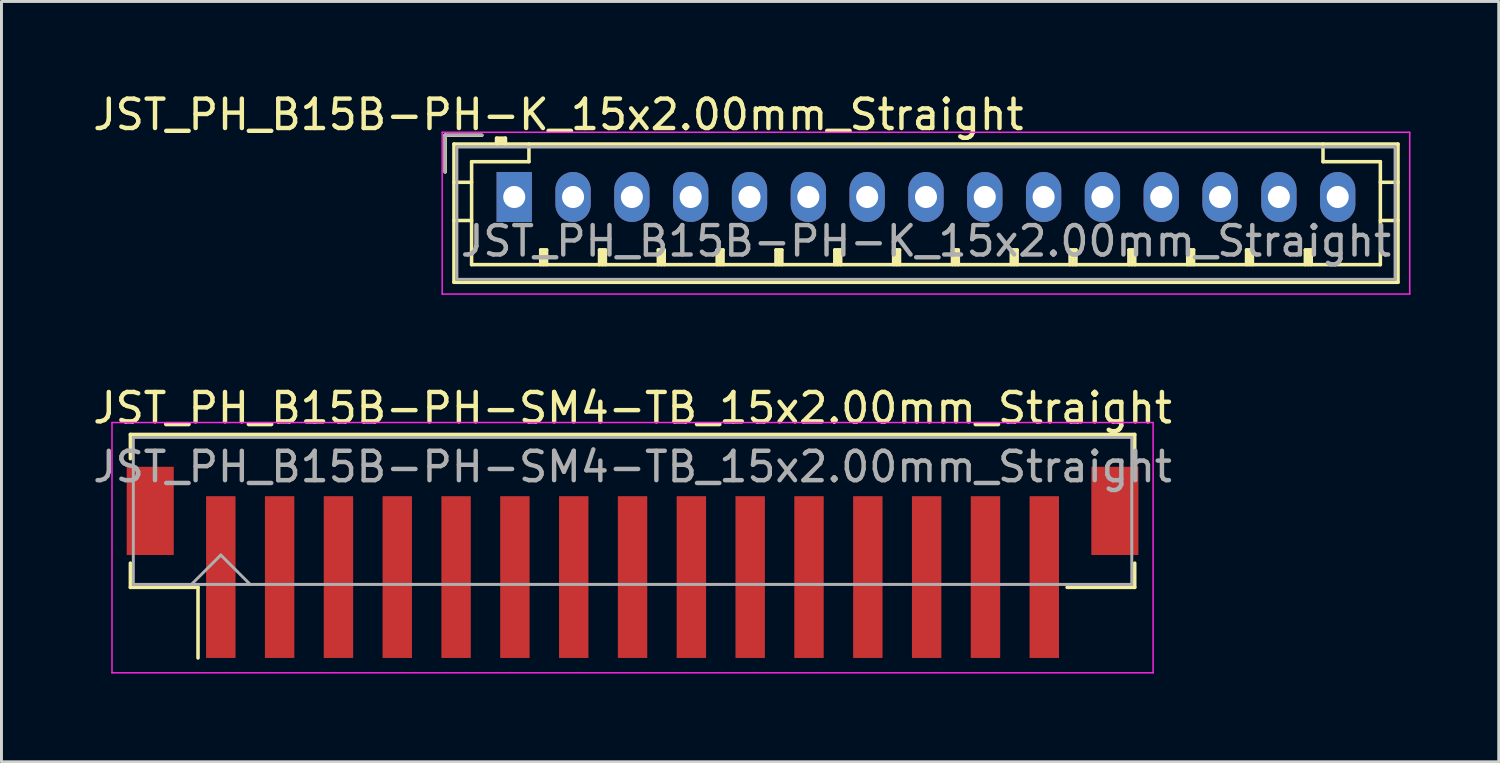
<source format=kicad_pcb>
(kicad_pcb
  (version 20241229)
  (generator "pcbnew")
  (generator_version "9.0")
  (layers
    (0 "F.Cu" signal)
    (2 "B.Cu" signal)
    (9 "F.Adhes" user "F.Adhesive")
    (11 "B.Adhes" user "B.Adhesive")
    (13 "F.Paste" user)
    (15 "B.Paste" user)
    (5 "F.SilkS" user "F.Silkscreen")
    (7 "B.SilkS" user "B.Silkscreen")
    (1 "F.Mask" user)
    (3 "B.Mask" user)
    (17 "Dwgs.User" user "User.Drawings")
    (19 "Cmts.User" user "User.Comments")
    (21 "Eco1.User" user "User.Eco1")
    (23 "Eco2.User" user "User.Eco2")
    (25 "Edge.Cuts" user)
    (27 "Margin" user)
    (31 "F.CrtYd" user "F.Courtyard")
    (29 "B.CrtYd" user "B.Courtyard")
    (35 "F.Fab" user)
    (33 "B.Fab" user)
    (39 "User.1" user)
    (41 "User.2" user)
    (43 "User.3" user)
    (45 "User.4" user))
  (footprint "JST_PH_B15B-PH-K_15x2.00mm_Straight"
    (layer "F.Cu")
    (at 14.435 3.648)
    (property "Reference" "JST_PH_B15B-PH-K_15x2.00mm_Straight" (at 1.5 -2.8 0) (layer "F.SilkS") (effects (font (size 1 1) (thickness 0.15))))
    (attr through_hole)
    (fp_line (start -2.35 -2.1) (end -2.35 -0.85) (stroke (width 0.12) (type solid)) (layer "F.SilkS"))
    (fp_line (start -2.05 -1.8) (end -2.05 2.9) (stroke (width 0.12) (type solid)) (layer "F.SilkS"))
    (fp_line (start -2.05 -0.5) (end -1.45 -0.5) (stroke (width 0.12) (type solid)) (layer "F.SilkS"))
    (fp_line (start -2.05 0.8) (end -1.45 0.8) (stroke (width 0.12) (type solid)) (layer "F.SilkS"))
    (fp_line (start -2.05 2.9) (end 30.05 2.9) (stroke (width 0.12) (type solid)) (layer "F.SilkS"))
    (fp_line (start -1.45 -1.2) (end -1.45 2.3) (stroke (width 0.12) (type solid)) (layer "F.SilkS"))
    (fp_line (start -1.45 2.3) (end 29.45 2.3) (stroke (width 0.12) (type solid)) (layer "F.SilkS"))
    (fp_line (start -1.1 -2.1) (end -2.35 -2.1) (stroke (width 0.12) (type solid)) (layer "F.SilkS"))
    (fp_line (start -0.6 -2) (end -0.6 -1.8) (stroke (width 0.12) (type solid)) (layer "F.SilkS"))
    (fp_line (start -0.3 -2) (end -0.6 -2) (stroke (width 0.12) (type solid)) (layer "F.SilkS"))
    (fp_line (start -0.3 -1.9) (end -0.6 -1.9) (stroke (width 0.12) (type solid)) (layer "F.SilkS"))
    (fp_line (start -0.3 -1.8) (end -0.3 -2) (stroke (width 0.12) (type solid)) (layer "F.SilkS"))
    (fp_line (start 0.5 -1.8) (end 0.5 -1.2) (stroke (width 0.12) (type solid)) (layer "F.SilkS"))
    (fp_line (start 0.5 -1.2) (end -1.45 -1.2) (stroke (width 0.12) (type solid)) (layer "F.SilkS"))
    (fp_line (start 0.9 1.8) (end 1.1 1.8) (stroke (width 0.12) (type solid)) (layer "F.SilkS"))
    (fp_line (start 0.9 2.3) (end 0.9 1.8) (stroke (width 0.12) (type solid)) (layer "F.SilkS"))
    (fp_line (start 1 2.3) (end 1 1.8) (stroke (width 0.12) (type solid)) (layer "F.SilkS"))
    (fp_line (start 1.1 1.8) (end 1.1 2.3) (stroke (width 0.12) (type solid)) (layer "F.SilkS"))
    (fp_line (start 2.9 1.8) (end 3.1 1.8) (stroke (width 0.12) (type solid)) (layer "F.SilkS"))
    (fp_line (start 2.9 2.3) (end 2.9 1.8) (stroke (width 0.12) (type solid)) (layer "F.SilkS"))
    (fp_line (start 3 2.3) (end 3 1.8) (stroke (width 0.12) (type solid)) (layer "F.SilkS"))
    (fp_line (start 3.1 1.8) (end 3.1 2.3) (stroke (width 0.12) (type solid)) (layer "F.SilkS"))
    (fp_line (start 4.9 1.8) (end 5.1 1.8) (stroke (width 0.12) (type solid)) (layer "F.SilkS"))
    (fp_line (start 4.9 2.3) (end 4.9 1.8) (stroke (width 0.12) (type solid)) (layer "F.SilkS"))
    (fp_line (start 5 2.3) (end 5 1.8) (stroke (width 0.12) (type solid)) (layer "F.SilkS"))
    (fp_line (start 5.1 1.8) (end 5.1 2.3) (stroke (width 0.12) (type solid)) (layer "F.SilkS"))
    (fp_line (start 6.9 1.8) (end 7.1 1.8) (stroke (width 0.12) (type solid)) (layer "F.SilkS"))
    (fp_line (start 6.9 2.3) (end 6.9 1.8) (stroke (width 0.12) (type solid)) (layer "F.SilkS"))
    (fp_line (start 7 2.3) (end 7 1.8) (stroke (width 0.12) (type solid)) (layer "F.SilkS"))
    (fp_line (start 7.1 1.8) (end 7.1 2.3) (stroke (width 0.12) (type solid)) (layer "F.SilkS"))
    (fp_line (start 8.9 1.8) (end 9.1 1.8) (stroke (width 0.12) (type solid)) (layer "F.SilkS"))
    (fp_line (start 8.9 2.3) (end 8.9 1.8) (stroke (width 0.12) (type solid)) (layer "F.SilkS"))
    (fp_line (start 9 2.3) (end 9 1.8) (stroke (width 0.12) (type solid)) (layer "F.SilkS"))
    (fp_line (start 9.1 1.8) (end 9.1 2.3) (stroke (width 0.12) (type solid)) (layer "F.SilkS"))
    (fp_line (start 10.9 1.8) (end 11.1 1.8) (stroke (width 0.12) (type solid)) (layer "F.SilkS"))
    (fp_line (start 10.9 2.3) (end 10.9 1.8) (stroke (width 0.12) (type solid)) (layer "F.SilkS"))
    (fp_line (start 11 2.3) (end 11 1.8) (stroke (width 0.12) (type solid)) (layer "F.SilkS"))
    (fp_line (start 11.1 1.8) (end 11.1 2.3) (stroke (width 0.12) (type solid)) (layer "F.SilkS"))
    (fp_line (start 12.9 1.8) (end 13.1 1.8) (stroke (width 0.12) (type solid)) (layer "F.SilkS"))
    (fp_line (start 12.9 2.3) (end 12.9 1.8) (stroke (width 0.12) (type solid)) (layer "F.SilkS"))
    (fp_line (start 13 2.3) (end 13 1.8) (stroke (width 0.12) (type solid)) (layer "F.SilkS"))
    (fp_line (start 13.1 1.8) (end 13.1 2.3) (stroke (width 0.12) (type solid)) (layer "F.SilkS"))
    (fp_line (start 14.9 1.8) (end 15.1 1.8) (stroke (width 0.12) (type solid)) (layer "F.SilkS"))
    (fp_line (start 14.9 2.3) (end 14.9 1.8) (stroke (width 0.12) (type solid)) (layer "F.SilkS"))
    (fp_line (start 15 2.3) (end 15 1.8) (stroke (width 0.12) (type solid)) (layer "F.SilkS"))
    (fp_line (start 15.1 1.8) (end 15.1 2.3) (stroke (width 0.12) (type solid)) (layer "F.SilkS"))
    (fp_line (start 16.9 1.8) (end 17.1 1.8) (stroke (width 0.12) (type solid)) (layer "F.SilkS"))
    (fp_line (start 16.9 2.3) (end 16.9 1.8) (stroke (width 0.12) (type solid)) (layer "F.SilkS"))
    (fp_line (start 17 2.3) (end 17 1.8) (stroke (width 0.12) (type solid)) (layer "F.SilkS"))
    (fp_line (start 17.1 1.8) (end 17.1 2.3) (stroke (width 0.12) (type solid)) (layer "F.SilkS"))
    (fp_line (start 18.9 1.8) (end 19.1 1.8) (stroke (width 0.12) (type solid)) (layer "F.SilkS"))
    (fp_line (start 18.9 2.3) (end 18.9 1.8) (stroke (width 0.12) (type solid)) (layer "F.SilkS"))
    (fp_line (start 19 2.3) (end 19 1.8) (stroke (width 0.12) (type solid)) (layer "F.SilkS"))
    (fp_line (start 19.1 1.8) (end 19.1 2.3) (stroke (width 0.12) (type solid)) (layer "F.SilkS"))
    (fp_line (start 20.9 1.8) (end 21.1 1.8) (stroke (width 0.12) (type solid)) (layer "F.SilkS"))
    (fp_line (start 20.9 2.3) (end 20.9 1.8) (stroke (width 0.12) (type solid)) (layer "F.SilkS"))
    (fp_line (start 21 2.3) (end 21 1.8) (stroke (width 0.12) (type solid)) (layer "F.SilkS"))
    (fp_line (start 21.1 1.8) (end 21.1 2.3) (stroke (width 0.12) (type solid)) (layer "F.SilkS"))
    (fp_line (start 22.9 1.8) (end 23.1 1.8) (stroke (width 0.12) (type solid)) (layer "F.SilkS"))
    (fp_line (start 22.9 2.3) (end 22.9 1.8) (stroke (width 0.12) (type solid)) (layer "F.SilkS"))
    (fp_line (start 23 2.3) (end 23 1.8) (stroke (width 0.12) (type solid)) (layer "F.SilkS"))
    (fp_line (start 23.1 1.8) (end 23.1 2.3) (stroke (width 0.12) (type solid)) (layer "F.SilkS"))
    (fp_line (start 24.9 1.8) (end 25.1 1.8) (stroke (width 0.12) (type solid)) (layer "F.SilkS"))
    (fp_line (start 24.9 2.3) (end 24.9 1.8) (stroke (width 0.12) (type solid)) (layer "F.SilkS"))
    (fp_line (start 25 2.3) (end 25 1.8) (stroke (width 0.12) (type solid)) (layer "F.SilkS"))
    (fp_line (start 25.1 1.8) (end 25.1 2.3) (stroke (width 0.12) (type solid)) (layer "F.SilkS"))
    (fp_line (start 26.9 1.8) (end 27.1 1.8) (stroke (width 0.12) (type solid)) (layer "F.SilkS"))
    (fp_line (start 26.9 2.3) (end 26.9 1.8) (stroke (width 0.12) (type solid)) (layer "F.SilkS"))
    (fp_line (start 27 2.3) (end 27 1.8) (stroke (width 0.12) (type solid)) (layer "F.SilkS"))
    (fp_line (start 27.1 1.8) (end 27.1 2.3) (stroke (width 0.12) (type solid)) (layer "F.SilkS"))
    (fp_line (start 27.5 -1.2) (end 27.5 -1.8) (stroke (width 0.12) (type solid)) (layer "F.SilkS"))
    (fp_line (start 29.45 -1.2) (end 27.5 -1.2) (stroke (width 0.12) (type solid)) (layer "F.SilkS"))
    (fp_line (start 29.45 2.3) (end 29.45 -1.2) (stroke (width 0.12) (type solid)) (layer "F.SilkS"))
    (fp_line (start 30.05 -1.8) (end -2.05 -1.8) (stroke (width 0.12) (type solid)) (layer "F.SilkS"))
    (fp_line (start 30.05 -0.5) (end 29.45 -0.5) (stroke (width 0.12) (type solid)) (layer "F.SilkS"))
    (fp_line (start 30.05 0.8) (end 29.45 0.8) (stroke (width 0.12) (type solid)) (layer "F.SilkS"))
    (fp_line (start 30.05 2.9) (end 30.05 -1.8) (stroke (width 0.12) (type solid)) (layer "F.SilkS"))
    (fp_line (start -2.45 -2.2) (end -2.45 3.3) (stroke (width 0.05) (type solid)) (layer "F.CrtYd"))
    (fp_line (start -2.45 3.3) (end 30.45 3.3) (stroke (width 0.05) (type solid)) (layer "F.CrtYd"))
    (fp_line (start 30.45 -2.2) (end -2.45 -2.2) (stroke (width 0.05) (type solid)) (layer "F.CrtYd"))
    (fp_line (start 30.45 3.3) (end 30.45 -2.2) (stroke (width 0.05) (type solid)) (layer "F.CrtYd"))
    (fp_line (start -2.35 -2.1) (end -2.35 -0.85) (stroke (width 0.1) (type solid)) (layer "F.Fab"))
    (fp_line (start -1.95 -1.7) (end -1.95 2.8) (stroke (width 0.1) (type solid)) (layer "F.Fab"))
    (fp_line (start -1.95 2.8) (end 29.95 2.8) (stroke (width 0.1) (type solid)) (layer "F.Fab"))
    (fp_line (start -1.1 -2.1) (end -2.35 -2.1) (stroke (width 0.1) (type solid)) (layer "F.Fab"))
    (fp_line (start 29.95 -1.7) (end -1.95 -1.7) (stroke (width 0.1) (type solid)) (layer "F.Fab"))
    (fp_line (start 29.95 2.8) (end 29.95 -1.7) (stroke (width 0.1) (type solid)) (layer "F.Fab"))
    (fp_text user "${REFERENCE}" (at 14 1.5 0) (layer "F.Fab") (effects (font (size 1 1) (thickness 0.15))))
    (pad "1" thru_hole rect (at 0 0) (size 1.2 1.7) (drill 0.75) (layers "*.Cu" "*.Mask"))
    (pad "2" thru_hole oval (at 2 0) (size 1.2 1.7) (drill 0.75) (layers "*.Cu" "*.Mask"))
    (pad "3" thru_hole oval (at 4 0) (size 1.2 1.7) (drill 0.75) (layers "*.Cu" "*.Mask"))
    (pad "4" thru_hole oval (at 6 0) (size 1.2 1.7) (drill 0.75) (layers "*.Cu" "*.Mask"))
    (pad "5" thru_hole oval (at 8 0) (size 1.2 1.7) (drill 0.75) (layers "*.Cu" "*.Mask"))
    (pad "6" thru_hole oval (at 10 0) (size 1.2 1.7) (drill 0.75) (layers "*.Cu" "*.Mask"))
    (pad "7" thru_hole oval (at 12 0) (size 1.2 1.7) (drill 0.75) (layers "*.Cu" "*.Mask"))
    (pad "8" thru_hole oval (at 14 0) (size 1.2 1.7) (drill 0.75) (layers "*.Cu" "*.Mask"))
    (pad "9" thru_hole oval (at 16 0) (size 1.2 1.7) (drill 0.75) (layers "*.Cu" "*.Mask"))
    (pad "10" thru_hole oval (at 18 0) (size 1.2 1.7) (drill 0.75) (layers "*.Cu" "*.Mask"))
    (pad "11" thru_hole oval (at 20 0) (size 1.2 1.7) (drill 0.75) (layers "*.Cu" "*.Mask"))
    (pad "12" thru_hole oval (at 22 0) (size 1.2 1.7) (drill 0.75) (layers "*.Cu" "*.Mask"))
    (pad "13" thru_hole oval (at 24 0) (size 1.2 1.7) (drill 0.75) (layers "*.Cu" "*.Mask"))
    (pad "14" thru_hole oval (at 26 0) (size 1.2 1.7) (drill 0.75) (layers "*.Cu" "*.Mask"))
    (pad "15" thru_hole oval (at 28 0) (size 1.2 1.7) (drill 0.75) (layers "*.Cu" "*.Mask")))
  (footprint "JST_PH_B15B-PH-SM4-TB_15x2.00mm_Straight"
    (layer "F.Cu")
    (at 18.458 15.447)
    (property "Reference" "JST_PH_B15B-PH-SM4-TB_15x2.00mm_Straight" (at 0 -4.625 0) (layer "F.SilkS") (effects (font (size 1 1) (thickness 0.15))))
    (attr smd)
    (fp_line (start -17.075 -3.725) (end 17.075 -3.725) (stroke (width 0.12) (type solid)) (layer "F.SilkS"))
    (fp_line (start -17.075 -2.9) (end -17.075 -3.725) (stroke (width 0.12) (type solid)) (layer "F.SilkS"))
    (fp_line (start -17.075 0.65) (end -17.075 1.475) (stroke (width 0.12) (type solid)) (layer "F.SilkS"))
    (fp_line (start -17.075 1.475) (end -14.775 1.475) (stroke (width 0.12) (type solid)) (layer "F.SilkS"))
    (fp_line (start -14.775 1.475) (end -14.775 3.875) (stroke (width 0.12) (type solid)) (layer "F.SilkS"))
    (fp_line (start 17.075 -3.725) (end 17.075 -2.9) (stroke (width 0.12) (type solid)) (layer "F.SilkS"))
    (fp_line (start 17.075 0.65) (end 17.075 1.475) (stroke (width 0.12) (type solid)) (layer "F.SilkS"))
    (fp_line (start 17.075 1.475) (end 14.775 1.475) (stroke (width 0.12) (type solid)) (layer "F.SilkS"))
    (fp_line (start -17.7 -4.13) (end -17.7 4.38) (stroke (width 0.05) (type solid)) (layer "F.CrtYd"))
    (fp_line (start -17.7 4.38) (end 17.7 4.38) (stroke (width 0.05) (type solid)) (layer "F.CrtYd"))
    (fp_line (start 17.7 -4.13) (end -17.7 -4.13) (stroke (width 0.05) (type solid)) (layer "F.CrtYd"))
    (fp_line (start 17.7 4.38) (end 17.7 -4.13) (stroke (width 0.05) (type solid)) (layer "F.CrtYd"))
    (fp_line (start -16.975 -3.625) (end -16.975 1.375) (stroke (width 0.1) (type solid)) (layer "F.Fab"))
    (fp_line (start -16.975 1.375) (end 16.975 1.375) (stroke (width 0.1) (type solid)) (layer "F.Fab"))
    (fp_line (start -15 1.375) (end -14 0.375) (stroke (width 0.1) (type solid)) (layer "F.Fab"))
    (fp_line (start -14 0.375) (end -13 1.375) (stroke (width 0.1) (type solid)) (layer "F.Fab"))
    (fp_line (start 16.975 -3.625) (end -16.975 -3.625) (stroke (width 0.1) (type solid)) (layer "F.Fab"))
    (fp_line (start 16.975 1.375) (end 16.975 -3.625) (stroke (width 0.1) (type solid)) (layer "F.Fab"))
    (fp_text user "${REFERENCE}" (at 0 -2.625 0) (layer "F.Fab") (effects (font (size 1 1) (thickness 0.15))))
    (pad "" smd rect (at -16.4 -1.125) (size 1.6 3) (layers "F.Cu" "F.Mask" "F.Paste"))
    (pad "" smd rect (at 16.4 -1.125) (size 1.6 3) (layers "F.Cu" "F.Mask" "F.Paste"))
    (pad "1" smd rect (at -14 1.125) (size 1 5.5) (layers "F.Cu" "F.Mask" "F.Paste"))
    (pad "2" smd rect (at -12 1.125) (size 1 5.5) (layers "F.Cu" "F.Mask" "F.Paste"))
    (pad "3" smd rect (at -10 1.125) (size 1 5.5) (layers "F.Cu" "F.Mask" "F.Paste"))
    (pad "4" smd rect (at -8 1.125) (size 1 5.5) (layers "F.Cu" "F.Mask" "F.Paste"))
    (pad "5" smd rect (at -6 1.125) (size 1 5.5) (layers "F.Cu" "F.Mask" "F.Paste"))
    (pad "6" smd rect (at -4 1.125) (size 1 5.5) (layers "F.Cu" "F.Mask" "F.Paste"))
    (pad "7" smd rect (at -2 1.125) (size 1 5.5) (layers "F.Cu" "F.Mask" "F.Paste"))
    (pad "8" smd rect (at 0 1.125) (size 1 5.5) (layers "F.Cu" "F.Mask" "F.Paste"))
    (pad "9" smd rect (at 2 1.125) (size 1 5.5) (layers "F.Cu" "F.Mask" "F.Paste"))
    (pad "10" smd rect (at 4 1.125) (size 1 5.5) (layers "F.Cu" "F.Mask" "F.Paste"))
    (pad "11" smd rect (at 6 1.125) (size 1 5.5) (layers "F.Cu" "F.Mask" "F.Paste"))
    (pad "12" smd rect (at 8 1.125) (size 1 5.5) (layers "F.Cu" "F.Mask" "F.Paste"))
    (pad "13" smd rect (at 10 1.125) (size 1 5.5) (layers "F.Cu" "F.Mask" "F.Paste"))
    (pad "14" smd rect (at 12 1.125) (size 1 5.5) (layers "F.Cu" "F.Mask" "F.Paste"))
    (pad "15" smd rect (at 14 1.125) (size 1 5.5) (layers "F.Cu" "F.Mask" "F.Paste")))
  (gr_rect
    (start -3 -3)
    (end 47.91 22.852)
    (stroke (width 0.1) (type default))
    (fill no)
    (layer "Edge.Cuts")))
</source>
